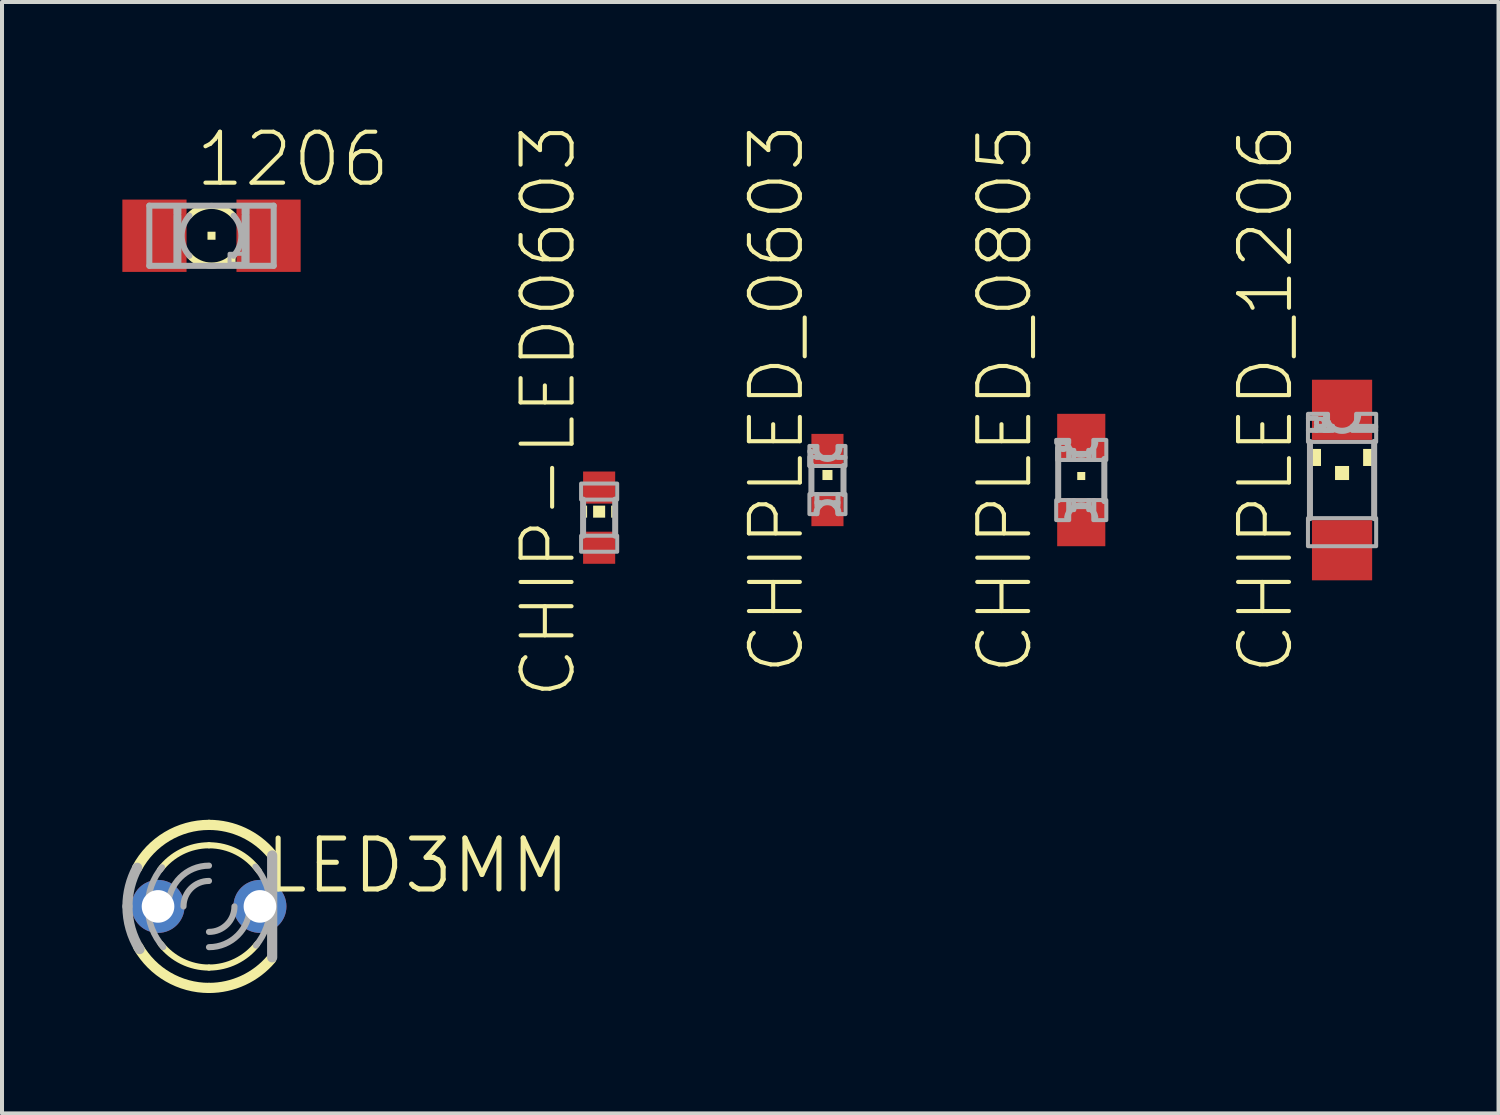
<source format=kicad_pcb>
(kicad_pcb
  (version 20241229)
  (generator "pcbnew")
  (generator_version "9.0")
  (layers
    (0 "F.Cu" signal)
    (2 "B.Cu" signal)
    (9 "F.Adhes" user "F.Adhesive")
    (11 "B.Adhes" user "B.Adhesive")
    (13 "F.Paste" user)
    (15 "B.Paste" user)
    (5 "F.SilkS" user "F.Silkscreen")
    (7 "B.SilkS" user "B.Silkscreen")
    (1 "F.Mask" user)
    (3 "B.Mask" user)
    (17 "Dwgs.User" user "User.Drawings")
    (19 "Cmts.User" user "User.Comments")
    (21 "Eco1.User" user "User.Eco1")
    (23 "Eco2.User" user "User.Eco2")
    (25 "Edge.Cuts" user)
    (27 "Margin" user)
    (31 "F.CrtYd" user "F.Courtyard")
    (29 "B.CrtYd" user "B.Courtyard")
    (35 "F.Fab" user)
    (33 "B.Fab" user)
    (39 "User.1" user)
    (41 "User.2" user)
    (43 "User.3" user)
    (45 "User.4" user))
  (footprint "CHIP-LED0603"
    (layer "F.Cu")
    (at 11.884 9.853)
    (property "Reference" "CHIP-LED0603" (at -1.27 -2.661 90) (layer "F.SilkS") (effects (font (size 1.27 1.27) (thickness 0.102))))
    (attr through_hole)
    (fp_poly (pts (xy -0.45 -0.3) (xy -0.3 -0.3) (xy -0.3 0) (xy -0.45 0)) (stroke (width 0) (type solid)) (fill yes) (layer "F.SilkS"))
    (fp_poly (pts (xy -0.15 -0.3) (xy 0.15 -0.3) (xy 0.15 0) (xy -0.15 0)) (stroke (width 0) (type solid)) (fill yes) (layer "F.SilkS"))
    (fp_poly (pts (xy 0.3 -0.3) (xy 0.45 -0.3) (xy 0.45 0) (xy 0.3 0)) (stroke (width 0) (type solid)) (fill yes) (layer "F.SilkS"))
    (fp_line (start -0.4 -0.45) (end -0.4 0.45) (stroke (width 0.15) (type solid)) (layer "F.Fab"))
    (fp_line (start 0.4 -0.45) (end 0.4 0.45) (stroke (width 0.15) (type solid)) (layer "F.Fab"))
    (fp_poly (pts (xy -0.45 -0.85) (xy 0.45 -0.85) (xy 0.45 -0.45) (xy -0.45 -0.45)) (stroke (width 0.1) (type solid)) (fill no) (layer "F.Fab"))
    (fp_poly (pts (xy -0.45 0.45) (xy 0.45 0.45) (xy 0.45 0.85) (xy -0.45 0.85)) (stroke (width 0.1) (type solid)) (fill no) (layer "F.Fab"))
    (pad "A" smd rect (at 0 0.75) (size 0.8 0.8) (layers "F.Cu" "F.Mask" "F.Paste"))
    (pad "C" smd rect (at 0 -0.75) (size 0.8 0.8) (layers "F.Cu" "F.Mask" "F.Paste")))
  (footprint "CHIPLED_0603"
    (layer "F.Cu")
    (at 17.575 8.915)
    (property "Reference" "CHIPLED_0603" (at -1.27 -2.026 90) (layer "F.SilkS") (effects (font (size 1.27 1.27) (thickness 0.102))))
    (attr through_hole)
    (fp_poly (pts (xy -0.125 -0.25) (xy 0.125 -0.25) (xy 0.125 0) (xy -0.125 0)) (stroke (width 0) (type solid)) (fill yes) (layer "F.SilkS"))
    (fp_line (start -0.4 -0.375) (end -0.4 0.35) (stroke (width 0.15) (type solid)) (layer "F.Fab"))
    (fp_line (start 0.4 -0.35) (end 0.4 0.35) (stroke (width 0.15) (type solid)) (layer "F.Fab"))
    (fp_arc (start -0.275 0.825) (mid 0 0.55) (end 0.275 0.825) (stroke (width 0.15) (type solid)) (layer "F.Fab"))
    (fp_arc (start 0.3 -0.8) (mid 0 -0.524967) (end -0.3 -0.8) (stroke (width 0.15) (type solid)) (layer "F.Fab"))
    (fp_circle (center -0.35 -0.625) (end -0.275 -0.625) (stroke (width 0.051) (type solid)) (fill no) (layer "F.Fab"))
    (fp_poly (pts (xy -0.45 -0.85) (xy -0.25 -0.85) (xy -0.25 -0.7) (xy -0.45 -0.7)) (stroke (width 0.1) (type solid)) (fill no) (layer "F.Fab"))
    (fp_poly (pts (xy -0.45 -0.725) (xy -0.4 -0.725) (xy -0.4 -0.35) (xy -0.45 -0.35)) (stroke (width 0.1) (type solid)) (fill no) (layer "F.Fab"))
    (fp_poly (pts (xy -0.45 -0.575) (xy 0.45 -0.575) (xy 0.45 -0.35) (xy -0.45 -0.35)) (stroke (width 0.1) (type solid)) (fill no) (layer "F.Fab"))
    (fp_poly (pts (xy -0.45 0.35) (xy -0.25 0.35) (xy -0.25 0.85) (xy -0.45 0.85)) (stroke (width 0.1) (type solid)) (fill no) (layer "F.Fab"))
    (fp_poly (pts (xy -0.275 -0.6) (xy -0.225 -0.6) (xy -0.225 -0.55) (xy -0.275 -0.55)) (stroke (width 0.1) (type solid)) (fill no) (layer "F.Fab"))
    (fp_poly (pts (xy -0.275 0.35) (xy 0.275 0.35) (xy 0.275 0.575) (xy -0.275 0.575)) (stroke (width 0.1) (type solid)) (fill no) (layer "F.Fab"))
    (fp_poly (pts (xy -0.275 0.55) (xy -0.175 0.55) (xy -0.175 0.65) (xy -0.275 0.65)) (stroke (width 0.1) (type solid)) (fill no) (layer "F.Fab"))
    (fp_poly (pts (xy 0.175 0.55) (xy 0.275 0.55) (xy 0.275 0.65) (xy 0.175 0.65)) (stroke (width 0.1) (type solid)) (fill no) (layer "F.Fab"))
    (fp_poly (pts (xy 0.25 -0.85) (xy 0.45 -0.85) (xy 0.45 -0.55) (xy 0.25 -0.55)) (stroke (width 0.1) (type solid)) (fill no) (layer "F.Fab"))
    (fp_poly (pts (xy 0.25 0.35) (xy 0.45 0.35) (xy 0.45 0.85) (xy 0.25 0.85)) (stroke (width 0.1) (type solid)) (fill no) (layer "F.Fab"))
    (pad "A" smd rect (at 0 0.75) (size 0.8 0.8) (layers "F.Cu" "F.Mask" "F.Paste"))
    (pad "C" smd rect (at 0 -0.75) (size 0.8 0.8) (layers "F.Cu" "F.Mask" "F.Paste")))
  (footprint "CHIPLED_0805"
    (layer "F.Cu")
    (at 23.901 8.915)
    (property "Reference" "CHIPLED_0805" (at -1.905 -2.026 90) (layer "F.SilkS") (effects (font (size 1.27 1.27) (thickness 0.102))))
    (attr through_hole)
    (fp_poly (pts (xy -0.1 -0.2) (xy 0.1 -0.2) (xy 0.1 0) (xy -0.1 0)) (stroke (width 0) (type solid)) (fill yes) (layer "F.SilkS"))
    (fp_line (start -0.575 0.5) (end -0.575 -0.925) (stroke (width 0.15) (type solid)) (layer "F.Fab"))
    (fp_line (start 0.575 -0.525) (end 0.575 0.525) (stroke (width 0.15) (type solid)) (layer "F.Fab"))
    (fp_arc (start -0.35 0.925) (mid 0 0.625028) (end 0.35 0.925) (stroke (width 0.15) (type solid)) (layer "F.Fab"))
    (fp_arc (start 0.35 -0.925) (mid 0 -0.625028) (end -0.35 -0.925) (stroke (width 0.15) (type solid)) (layer "F.Fab"))
    (fp_circle (center -0.45 -0.85) (end -0.347 -0.85) (stroke (width 0.102) (type solid)) (fill no) (layer "F.Fab"))
    (fp_poly (pts (xy -0.625 -1) (xy -0.3 -1) (xy -0.3 -0.925) (xy -0.625 -0.925)) (stroke (width 0.1) (type solid)) (fill no) (layer "F.Fab"))
    (fp_poly (pts (xy -0.625 0.5) (xy -0.3 0.5) (xy -0.3 1) (xy -0.625 1)) (stroke (width 0.1) (type solid)) (fill no) (layer "F.Fab"))
    (fp_poly (pts (xy -0.6 -0.8) (xy -0.3 -0.8) (xy -0.3 -0.5) (xy -0.6 -0.5)) (stroke (width 0.1) (type solid)) (fill no) (layer "F.Fab"))
    (fp_poly (pts (xy -0.325 -0.75) (xy -0.175 -0.75) (xy -0.175 -0.5) (xy -0.325 -0.5)) (stroke (width 0.1) (type solid)) (fill no) (layer "F.Fab"))
    (fp_poly (pts (xy -0.325 0.5) (xy -0.175 0.5) (xy -0.175 0.75) (xy -0.325 0.75)) (stroke (width 0.1) (type solid)) (fill no) (layer "F.Fab"))
    (fp_poly (pts (xy -0.2 -0.675) (xy 0.2 -0.675) (xy 0.2 -0.5) (xy -0.2 -0.5)) (stroke (width 0.1) (type solid)) (fill no) (layer "F.Fab"))
    (fp_poly (pts (xy -0.2 0.5) (xy 0.2 0.5) (xy 0.2 0.675) (xy -0.2 0.675)) (stroke (width 0.1) (type solid)) (fill no) (layer "F.Fab"))
    (fp_poly (pts (xy 0.175 -0.75) (xy 0.325 -0.75) (xy 0.325 -0.5) (xy 0.175 -0.5)) (stroke (width 0.1) (type solid)) (fill no) (layer "F.Fab"))
    (fp_poly (pts (xy 0.175 0.5) (xy 0.325 0.5) (xy 0.325 0.75) (xy 0.175 0.75)) (stroke (width 0.1) (type solid)) (fill no) (layer "F.Fab"))
    (fp_poly (pts (xy 0.3 -1) (xy 0.625 -1) (xy 0.625 -0.5) (xy 0.3 -0.5)) (stroke (width 0.1) (type solid)) (fill no) (layer "F.Fab"))
    (fp_poly (pts (xy 0.3 0.5) (xy 0.625 0.5) (xy 0.625 1) (xy 0.3 1)) (stroke (width 0.1) (type solid)) (fill no) (layer "F.Fab"))
    (pad "A" smd rect (at 0 1.05) (size 1.2 1.2) (layers "F.Cu" "F.Mask" "F.Paste"))
    (pad "C" smd rect (at 0 -1.05) (size 1.2 1.2) (layers "F.Cu" "F.Mask" "F.Paste")))
  (footprint "CHIPLED_1206"
    (layer "F.Cu")
    (at 30.402 8.915)
    (property "Reference" "CHIPLED_1206" (at -1.905 -2.026 90) (layer "F.SilkS") (effects (font (size 1.27 1.27) (thickness 0.102))))
    (attr through_hole)
    (fp_poly (pts (xy -0.85 -0.775) (xy -0.525 -0.775) (xy -0.525 -0.35) (xy -0.85 -0.35)) (stroke (width 0) (type solid)) (fill yes) (layer "F.SilkS"))
    (fp_poly (pts (xy -0.175 -0.35) (xy 0.175 -0.35) (xy 0.175 0) (xy -0.175 0)) (stroke (width 0) (type solid)) (fill yes) (layer "F.SilkS"))
    (fp_poly (pts (xy 0.525 -0.775) (xy 0.85 -0.775) (xy 0.85 -0.35) (xy 0.525 -0.35)) (stroke (width 0) (type solid)) (fill yes) (layer "F.SilkS"))
    (fp_line (start -0.8 0.95) (end -0.8 -0.95) (stroke (width 0.15) (type solid)) (layer "F.Fab"))
    (fp_line (start 0.8 -0.95) (end 0.8 0.95) (stroke (width 0.15) (type solid)) (layer "F.Fab"))
    (fp_arc (start 0.4 -1.6) (mid 0 -1.224969) (end -0.4 -1.6) (stroke (width 0.15) (type solid)) (layer "F.Fab"))
    (fp_circle (center -0.55 -1.425) (end -0.45 -1.425) (stroke (width 0.102) (type solid)) (fill no) (layer "F.Fab"))
    (fp_poly (pts (xy -0.85 -1.65) (xy -0.35 -1.65) (xy -0.35 -1.525) (xy -0.85 -1.525)) (stroke (width 0.1) (type solid)) (fill no) (layer "F.Fab"))
    (fp_poly (pts (xy -0.85 -1.55) (xy -0.625 -1.55) (xy -0.625 -1.225) (xy -0.85 -1.225)) (stroke (width 0.1) (type solid)) (fill no) (layer "F.Fab"))
    (fp_poly (pts (xy -0.85 -1.25) (xy 0.85 -1.25) (xy 0.85 -0.95) (xy -0.85 -0.95)) (stroke (width 0.1) (type solid)) (fill no) (layer "F.Fab"))
    (fp_poly (pts (xy -0.85 0.95) (xy 0.85 0.95) (xy 0.85 1.65) (xy -0.85 1.65)) (stroke (width 0.1) (type solid)) (fill no) (layer "F.Fab"))
    (fp_poly (pts (xy -0.65 -1.35) (xy -0.225 -1.35) (xy -0.225 -1.225) (xy -0.65 -1.225)) (stroke (width 0.1) (type solid)) (fill no) (layer "F.Fab"))
    (fp_poly (pts (xy -0.45 -1.45) (xy -0.325 -1.45) (xy -0.325 -1.225) (xy -0.45 -1.225)) (stroke (width 0.1) (type solid)) (fill no) (layer "F.Fab"))
    (fp_poly (pts (xy 0.25 -1.35) (xy 0.85 -1.35) (xy 0.85 -1.225) (xy 0.25 -1.225)) (stroke (width 0.1) (type solid)) (fill no) (layer "F.Fab"))
    (fp_poly (pts (xy 0.35 -1.65) (xy 0.85 -1.65) (xy 0.85 -1.3) (xy 0.35 -1.3)) (stroke (width 0.1) (type solid)) (fill no) (layer "F.Fab"))
    (pad "A" smd rect (at 0 1.75) (size 1.5 1.5) (layers "F.Cu" "F.Mask" "F.Paste"))
    (pad "C" smd rect (at 0 -1.75) (size 1.5 1.5) (layers "F.Cu" "F.Mask" "F.Paste")))
  (footprint "LED3MM"
    (layer "F.Cu")
    (at 2.159 19.543)
    (property "Reference" "LED3MM" (at 5.201 -1.016 0) (layer "F.SilkS") (effects (font (size 1.27 1.27) (thickness 0.127))))
    (attr through_hole)
    (fp_arc (start -1.7929 -0.9562) (mid -1.045438 -1.7424) (end 0 -2.032) (stroke (width 0.254) (type solid)) (layer "F.SilkS"))
    (fp_arc (start -1.2192 -0.9144) (mid -0.681554 -1.363107) (end 0 -1.524) (stroke (width 0.1524) (type solid)) (layer "F.SilkS"))
    (fp_arc (start 0 -2.032) (mid 0.861864 -1.840173) (end 1.561 -1.3009) (stroke (width 0.254) (type solid)) (layer "F.SilkS"))
    (fp_arc (start 0 -1.524) (mid 0.697339 -1.355081) (end 1.2401 -0.8858) (stroke (width 0.1524) (type solid)) (layer "F.SilkS"))
    (fp_arc (start 0 1.524) (mid -0.669593 1.369018) (end -1.203 0.9356) (stroke (width 0.1524) (type solid)) (layer "F.SilkS"))
    (fp_arc (start 0 2.032) (mid -1.019924 1.757525) (end -1.7643 1.0082) (stroke (width 0.254) (type solid)) (layer "F.SilkS"))
    (fp_arc (start 1.203 0.9356) (mid 0.669593 1.369018) (end 0 1.524) (stroke (width 0.1524) (type solid)) (layer "F.SilkS"))
    (fp_arc (start 1.5512 1.3126) (mid 0.854953 1.843405) (end 0 2.032) (stroke (width 0.254) (type solid)) (layer "F.SilkS"))
    (fp_line (start 1.575 1.27) (end 1.575 -1.27) (stroke (width 0.254) (type solid)) (layer "F.Fab"))
    (fp_arc (start -2.032 0) (mid -1.970339 -0.496774) (end -1.7891 -0.9634) (stroke (width 0.254) (type solid)) (layer "F.Fab"))
    (fp_arc (start -1.7306 1.065) (mid -1.95521 0.553417) (end -2.032 0) (stroke (width 0.254) (type solid)) (layer "F.Fab"))
    (fp_arc (start -1.524 0) (mid -1.432981 -0.518783) (end -1.1708 -0.9756) (stroke (width 0.1524) (type solid)) (layer "F.Fab"))
    (fp_arc (start -1.1391 1.0125) (mid -1.42454 0.5416) (end -1.524 0) (stroke (width 0.1524) (type solid)) (layer "F.Fab"))
    (fp_arc (start -1.016 0) (mid -0.71842 -0.71842) (end 0 -1.016) (stroke (width 0.1524) (type solid)) (layer "F.Fab"))
    (fp_arc (start -0.635 0) (mid -0.449013 -0.449013) (end 0 -0.635) (stroke (width 0.1524) (type solid)) (layer "F.Fab"))
    (fp_arc (start 0.635 0) (mid 0.449013 0.449013) (end 0 0.635) (stroke (width 0.1524) (type solid)) (layer "F.Fab"))
    (fp_arc (start 1.016 0) (mid 0.71842 0.71842) (end 0 1.016) (stroke (width 0.1524) (type solid)) (layer "F.Fab"))
    (fp_arc (start 1.1571 -0.9918) (mid 1.429332 -0.528744) (end 1.524 0) (stroke (width 0.1524) (type solid)) (layer "F.Fab"))
    (fp_arc (start 1.524 0) (mid 1.432981 0.518783) (end 1.1708 0.9756) (stroke (width 0.1524) (type solid)) (layer "F.Fab"))
    (pad "A" thru_hole circle (at -1.27 0) (size 1.321 1.321) (drill 0.813) (layers "*.Cu" "*.Mask"))
    (pad "K" thru_hole circle (at 1.27 0) (size 1.321 1.321) (drill 0.813) (layers "*.Cu" "*.Mask")))
  (footprint "1206"
    (layer "F.Cu")
    (at 2.222 2.826)
    (property "Reference" "1206" (at 2.026 -1.905 0) (layer "F.SilkS") (effects (font (size 1.27 1.27) (thickness 0.102))))
    (attr through_hole)
    (fp_arc (start -0.55 -0.5) (mid 0 -0.743303) (end 0.55 -0.5) (stroke (width 0.15) (type solid)) (layer "F.SilkS"))
    (fp_arc (start 0.55 0.5) (mid 0 0.743303) (end -0.55 0.5) (stroke (width 0.15) (type solid)) (layer "F.SilkS"))
    (fp_poly (pts (xy -0.1 -0.1) (xy 0.1 -0.1) (xy 0.1 0.1) (xy -0.1 0.1)) (stroke (width 0) (type solid)) (fill yes) (layer "F.SilkS"))
    (fp_poly (pts (xy 0.45 0.45) (xy 0.6 0.45) (xy 0.6 0.7) (xy 0.45 0.7)) (stroke (width 0) (type solid)) (fill yes) (layer "F.SilkS"))
    (fp_line (start -1.55 -0.75) (end 1.55 -0.75) (stroke (width 0.15) (type solid)) (layer "F.Fab"))
    (fp_line (start -1.55 0.75) (end -1.55 -0.75) (stroke (width 0.15) (type solid)) (layer "F.Fab"))
    (fp_line (start 1.55 -0.75) (end 1.55 0.75) (stroke (width 0.15) (type solid)) (layer "F.Fab"))
    (fp_line (start 1.55 0.75) (end -1.55 0.75) (stroke (width 0.15) (type solid)) (layer "F.Fab"))
    (fp_arc (start -0.55 0.5) (mid -0.743303 0) (end -0.55 -0.5) (stroke (width 0.15) (type solid)) (layer "F.Fab"))
    (fp_arc (start 0.55 -0.5) (mid 0.743303 0) (end 0.55 0.5) (stroke (width 0.15) (type solid)) (layer "F.Fab"))
    (fp_poly (pts (xy -0.9 -0.7) (xy -0.8 -0.7) (xy -0.8 -0.55) (xy -0.9 -0.55)) (stroke (width 0.1) (type solid)) (fill no) (layer "F.Fab"))
    (fp_poly (pts (xy -0.9 -0.5) (xy -0.8 -0.5) (xy -0.8 0.7) (xy -0.9 0.7)) (stroke (width 0.1) (type solid)) (fill no) (layer "F.Fab"))
    (fp_poly (pts (xy 0.45 0.45) (xy 0.8 0.45) (xy 0.8 0.7) (xy 0.45 0.7)) (stroke (width 0.1) (type solid)) (fill no) (layer "F.Fab"))
    (fp_poly (pts (xy 0.8 -0.7) (xy 0.9 -0.7) (xy 0.9 -0.55) (xy 0.8 -0.55)) (stroke (width 0.1) (type solid)) (fill no) (layer "F.Fab"))
    (fp_poly (pts (xy 0.8 -0.5) (xy 0.9 -0.5) (xy 0.9 0.7) (xy 0.8 0.7)) (stroke (width 0.1) (type solid)) (fill no) (layer "F.Fab"))
    (pad "A" smd rect (at -1.422 0) (size 1.6 1.803) (layers "F.Cu" "F.Mask" "F.Paste"))
    (pad "C" smd rect (at 1.422 0) (size 1.6 1.803) (layers "F.Cu" "F.Mask" "F.Paste")))
  (gr_rect
    (start -3 -3)
    (end 34.302 24.702)
    (stroke (width 0.1) (type default))
    (fill no)
    (layer "Edge.Cuts")))
</source>
